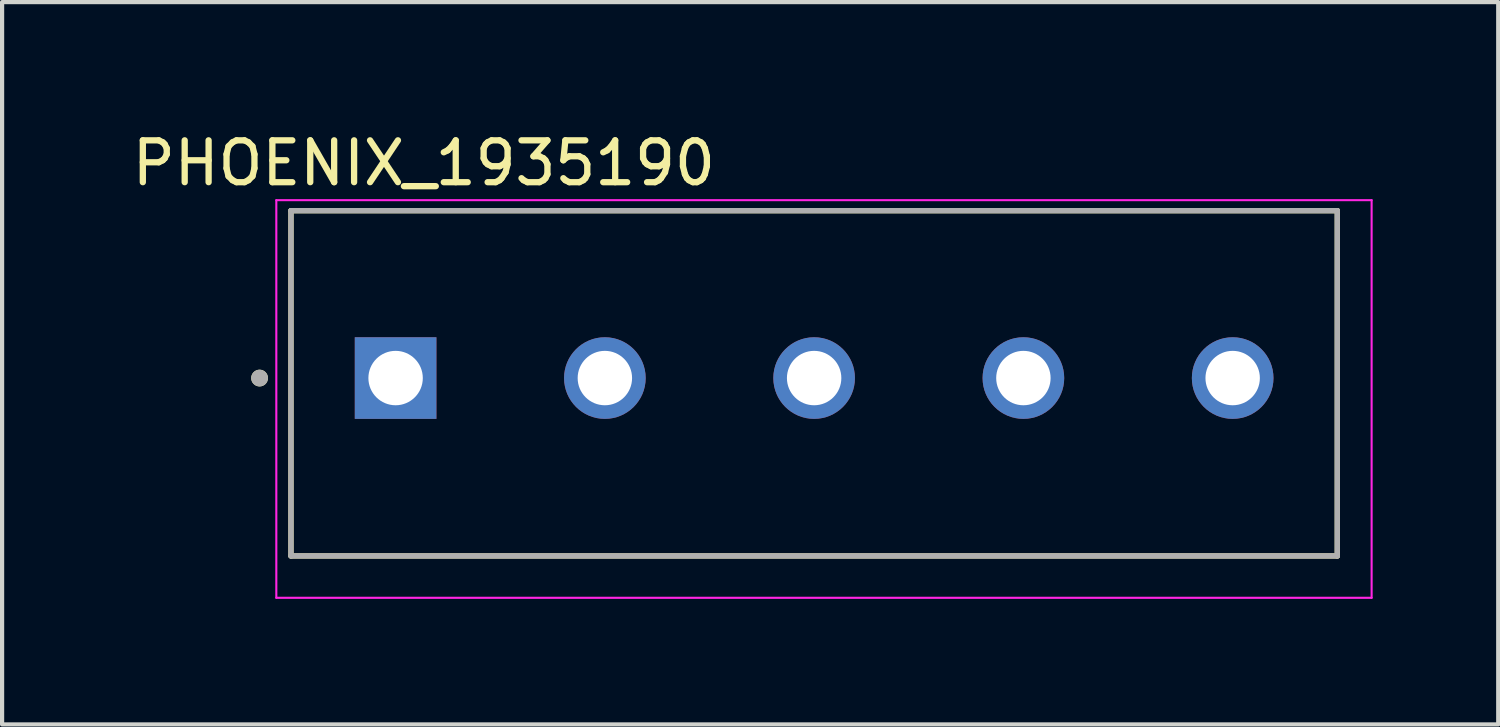
<source format=kicad_pcb>
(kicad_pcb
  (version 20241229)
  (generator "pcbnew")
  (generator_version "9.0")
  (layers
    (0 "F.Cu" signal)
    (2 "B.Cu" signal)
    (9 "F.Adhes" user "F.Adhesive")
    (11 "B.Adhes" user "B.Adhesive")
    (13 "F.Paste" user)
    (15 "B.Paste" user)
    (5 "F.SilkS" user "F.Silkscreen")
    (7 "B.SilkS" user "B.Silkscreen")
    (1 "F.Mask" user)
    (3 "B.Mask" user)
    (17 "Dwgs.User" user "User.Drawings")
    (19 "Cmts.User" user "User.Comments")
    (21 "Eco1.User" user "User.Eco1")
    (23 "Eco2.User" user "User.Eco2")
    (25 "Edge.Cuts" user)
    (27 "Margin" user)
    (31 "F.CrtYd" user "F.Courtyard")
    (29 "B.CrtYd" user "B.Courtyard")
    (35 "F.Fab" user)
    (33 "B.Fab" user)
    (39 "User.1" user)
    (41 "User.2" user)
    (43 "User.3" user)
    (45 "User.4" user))
  (footprint "PHOENIX_1935190"
    (layer "F.Cu")
    (at 3.902 10.233)
    (property "Reference" "PHOENIX_1935190" (at 3.175 -9.385 0) (layer "F.SilkS") (effects (font (size 1 1) (thickness 0.15))))
    (attr through_hole)
    (fp_line (start 0 -8.25) (end 25 -8.25) (stroke (width 0.127) (type solid)) (layer "F.SilkS"))
    (fp_line (start 0 0) (end 0 -8.25) (stroke (width 0.127) (type solid)) (layer "F.SilkS"))
    (fp_line (start 0 0) (end 25 0) (stroke (width 0.127) (type solid)) (layer "F.SilkS"))
    (fp_line (start 25 0) (end 25 -8.25) (stroke (width 0.127) (type solid)) (layer "F.SilkS"))
    (fp_circle (center -0.75 -4.25) (end -0.65 -4.25) (stroke (width 0.2) (type solid)) (fill no) (layer "F.SilkS"))
    (fp_line (start -0.35 -8.5) (end -0.35 1) (stroke (width 0.05) (type solid)) (layer "F.CrtYd"))
    (fp_line (start -0.35 1) (end 25.82 1) (stroke (width 0.05) (type solid)) (layer "F.CrtYd"))
    (fp_line (start 25.82 -8.5) (end -0.35 -8.5) (stroke (width 0.05) (type solid)) (layer "F.CrtYd"))
    (fp_line (start 25.82 1) (end 25.82 -8.5) (stroke (width 0.05) (type solid)) (layer "F.CrtYd"))
    (fp_line (start 0 -8.25) (end 25 -8.25) (stroke (width 0.127) (type solid)) (layer "F.Fab"))
    (fp_line (start 0 0) (end 0 -8.25) (stroke (width 0.127) (type solid)) (layer "F.Fab"))
    (fp_line (start 0 0) (end 25 0) (stroke (width 0.127) (type solid)) (layer "F.Fab"))
    (fp_line (start 25 0) (end 25 -8.25) (stroke (width 0.127) (type solid)) (layer "F.Fab"))
    (fp_circle (center -0.75 -4.25) (end -0.65 -4.25) (stroke (width 0.2) (type solid)) (fill no) (layer "F.Fab"))
    (pad "1" thru_hole rect (at 2.5 -4.25) (size 1.95 1.95) (drill 1.3) (layers "*.Cu" "*.Mask"))
    (pad "2" thru_hole circle (at 7.5 -4.25) (size 1.95 1.95) (drill 1.3) (layers "*.Cu" "*.Mask"))
    (pad "3" thru_hole circle (at 12.5 -4.25) (size 1.95 1.95) (drill 1.3) (layers "*.Cu" "*.Mask"))
    (pad "4" thru_hole circle (at 17.5 -4.25) (size 1.95 1.95) (drill 1.3) (layers "*.Cu" "*.Mask"))
    (pad "5" thru_hole circle (at 22.5 -4.25) (size 1.95 1.95) (drill 1.3) (layers "*.Cu" "*.Mask")))
  (gr_rect
    (start -3 -3)
    (end 32.747 14.258)
    (stroke (width 0.1) (type default))
    (fill no)
    (layer "Edge.Cuts")))
</source>
